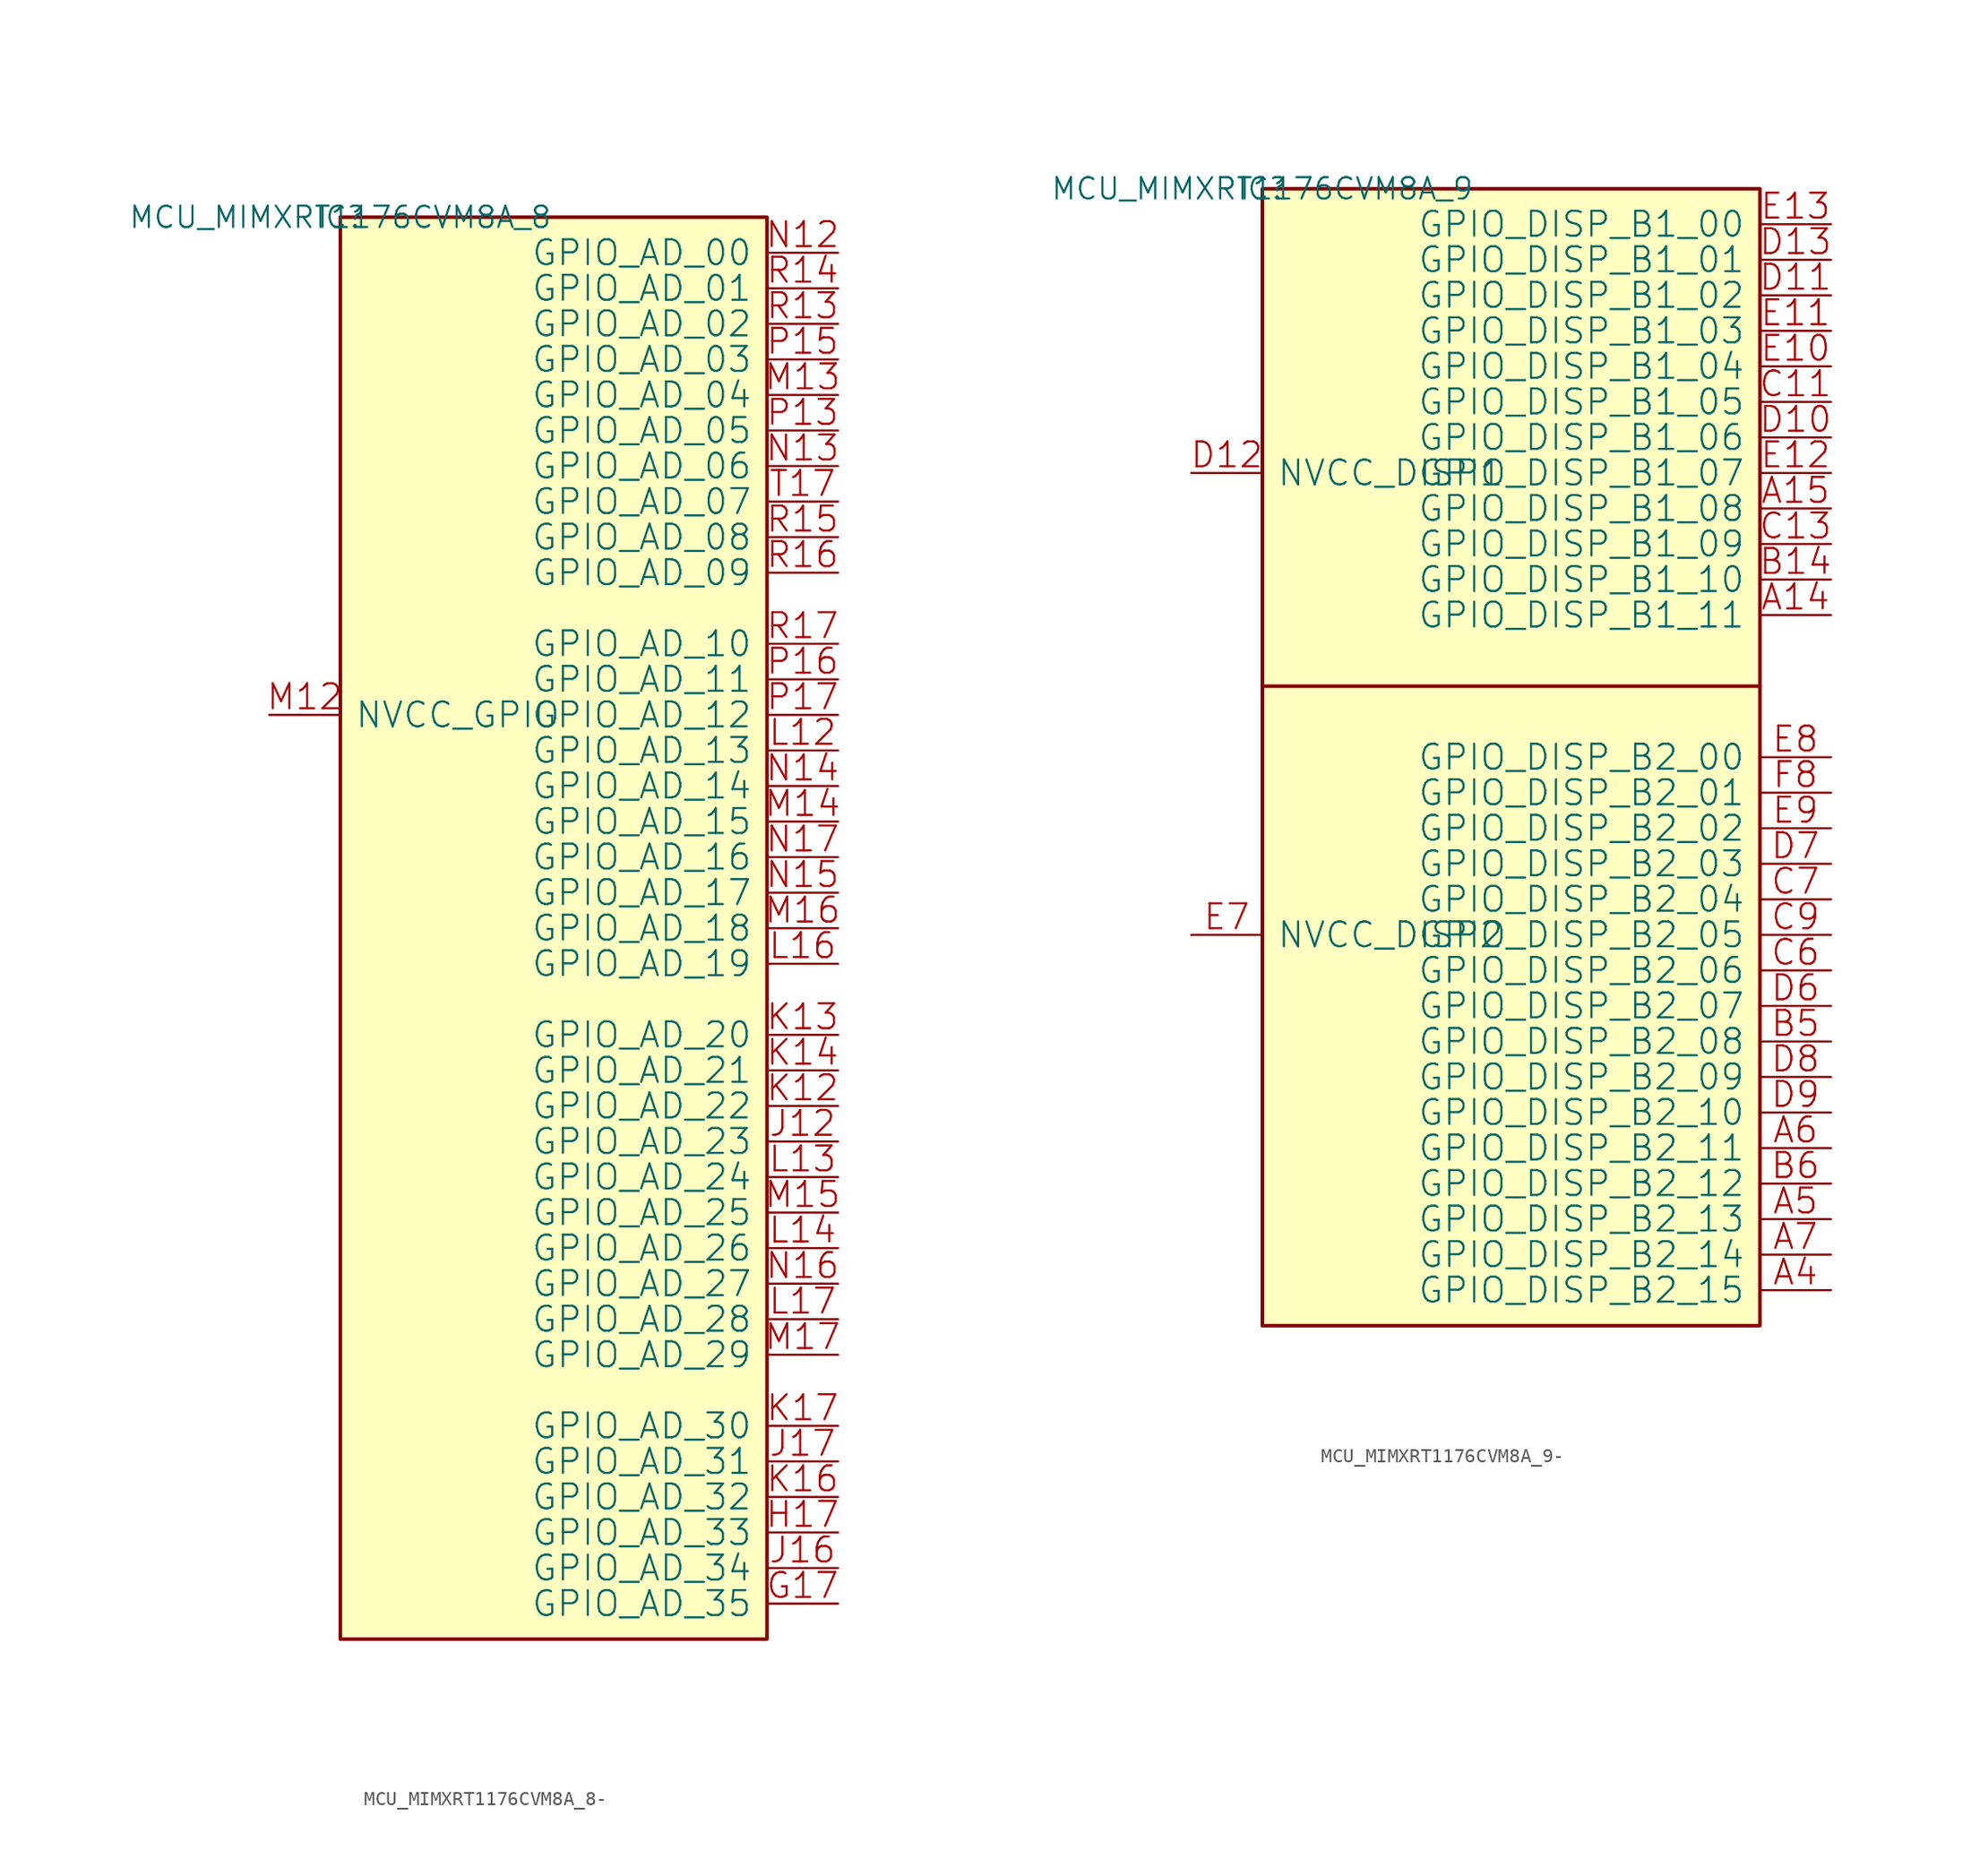
<source format=kicad_sym>
(kicad_symbol_lib
  (version 20231120)
  (generator "kicad_symbol_editor")
  (generator_version "8.0")
  (symbol "MCU_MIMXRT1176CVM8A_8-"
    (pin_names
      (offset 1.016))
    (property "Reference" "IC"
      (at 0 0 0)
      (effects (font (size 1.524 1.524))))
    (property "Value" "MCU_MIMXRT1176CVM8A_8"
      (at 0 0 0)
      (effects (font (size 1.524 1.524))))
    (property "Footprint" ""
      (at 0 0 0)
      (effects (font (size 1.524 1.524))))
    (property "Datasheet" ""
      (at 0 0 0)
      (effects (font (size 1.524 1.524))))
    (symbol "MCU_MIMXRT1176CVM8A_8-_0_1"
      (rectangle (start 0 -101.6) (end 30.48 0) (stroke (width 0.254) (type solid)) (fill (type background)))
      (pin bidirectional line (at 35.56 -99.06 180) (length 5.08) (name "GPIO_AD_35" (effects (font (size 1.778 1.778)))) (number "G17" (effects (font (size 1.778 1.778)))))
      (pin bidirectional line (at 35.56 -93.98 180) (length 5.08) (name "GPIO_AD_33" (effects (font (size 1.778 1.778)))) (number "H17" (effects (font (size 1.778 1.778)))))
      (pin bidirectional line (at 35.56 -66.04 180) (length 5.08) (name "GPIO_AD_23" (effects (font (size 1.778 1.778)))) (number "J12" (effects (font (size 1.778 1.778)))))
      (pin bidirectional line (at 35.56 -96.52 180) (length 5.08) (name "GPIO_AD_34" (effects (font (size 1.778 1.778)))) (number "J16" (effects (font (size 1.778 1.778)))))
      (pin bidirectional line (at 35.56 -88.9 180) (length 5.08) (name "GPIO_AD_31" (effects (font (size 1.778 1.778)))) (number "J17" (effects (font (size 1.778 1.778)))))
      (pin bidirectional line (at 35.56 -63.5 180) (length 5.08) (name "GPIO_AD_22" (effects (font (size 1.778 1.778)))) (number "K12" (effects (font (size 1.778 1.778)))))
      (pin bidirectional line (at 35.56 -58.42 180) (length 5.08) (name "GPIO_AD_20" (effects (font (size 1.778 1.778)))) (number "K13" (effects (font (size 1.778 1.778)))))
      (pin bidirectional line (at 35.56 -60.96 180) (length 5.08) (name "GPIO_AD_21" (effects (font (size 1.778 1.778)))) (number "K14" (effects (font (size 1.778 1.778)))))
      (pin bidirectional line (at 35.56 -91.44 180) (length 5.08) (name "GPIO_AD_32" (effects (font (size 1.778 1.778)))) (number "K16" (effects (font (size 1.778 1.778)))))
      (pin bidirectional line (at 35.56 -86.36 180) (length 5.08) (name "GPIO_AD_30" (effects (font (size 1.778 1.778)))) (number "K17" (effects (font (size 1.778 1.778)))))
      (pin bidirectional line (at 35.56 -38.1 180) (length 5.08) (name "GPIO_AD_13" (effects (font (size 1.778 1.778)))) (number "L12" (effects (font (size 1.778 1.778)))))
      (pin bidirectional line (at 35.56 -68.58 180) (length 5.08) (name "GPIO_AD_24" (effects (font (size 1.778 1.778)))) (number "L13" (effects (font (size 1.778 1.778)))))
      (pin bidirectional line (at 35.56 -73.66 180) (length 5.08) (name "GPIO_AD_26" (effects (font (size 1.778 1.778)))) (number "L14" (effects (font (size 1.778 1.778)))))
      (pin bidirectional line (at 35.56 -53.34 180) (length 5.08) (name "GPIO_AD_19" (effects (font (size 1.778 1.778)))) (number "L16" (effects (font (size 1.778 1.778)))))
      (pin bidirectional line (at 35.56 -78.74 180) (length 5.08) (name "GPIO_AD_28" (effects (font (size 1.778 1.778)))) (number "L17" (effects (font (size 1.778 1.778)))))
      (pin power_in line (at -5.08 -35.56 0) (length 5.08) (name "NVCC_GPIO" (effects (font (size 1.778 1.778)))) (number "M12" (effects (font (size 1.778 1.778)))))
      (pin bidirectional line (at 35.56 -12.7 180) (length 5.08) (name "GPIO_AD_04" (effects (font (size 1.778 1.778)))) (number "M13" (effects (font (size 1.778 1.778)))))
      (pin bidirectional line (at 35.56 -43.18 180) (length 5.08) (name "GPIO_AD_15" (effects (font (size 1.778 1.778)))) (number "M14" (effects (font (size 1.778 1.778)))))
      (pin bidirectional line (at 35.56 -71.12 180) (length 5.08) (name "GPIO_AD_25" (effects (font (size 1.778 1.778)))) (number "M15" (effects (font (size 1.778 1.778)))))
      (pin bidirectional line (at 35.56 -50.8 180) (length 5.08) (name "GPIO_AD_18" (effects (font (size 1.778 1.778)))) (number "M16" (effects (font (size 1.778 1.778)))))
      (pin bidirectional line (at 35.56 -81.28 180) (length 5.08) (name "GPIO_AD_29" (effects (font (size 1.778 1.778)))) (number "M17" (effects (font (size 1.778 1.778)))))
      (pin bidirectional line (at 35.56 -2.54 180) (length 5.08) (name "GPIO_AD_00" (effects (font (size 1.778 1.778)))) (number "N12" (effects (font (size 1.778 1.778)))))
      (pin bidirectional line (at 35.56 -17.78 180) (length 5.08) (name "GPIO_AD_06" (effects (font (size 1.778 1.778)))) (number "N13" (effects (font (size 1.778 1.778)))))
      (pin bidirectional line (at 35.56 -40.64 180) (length 5.08) (name "GPIO_AD_14" (effects (font (size 1.778 1.778)))) (number "N14" (effects (font (size 1.778 1.778)))))
      (pin bidirectional line (at 35.56 -48.26 180) (length 5.08) (name "GPIO_AD_17" (effects (font (size 1.778 1.778)))) (number "N15" (effects (font (size 1.778 1.778)))))
      (pin bidirectional line (at 35.56 -76.2 180) (length 5.08) (name "GPIO_AD_27" (effects (font (size 1.778 1.778)))) (number "N16" (effects (font (size 1.778 1.778)))))
      (pin bidirectional line (at 35.56 -45.72 180) (length 5.08) (name "GPIO_AD_16" (effects (font (size 1.778 1.778)))) (number "N17" (effects (font (size 1.778 1.778)))))
      (pin bidirectional line (at 35.56 -15.24 180) (length 5.08) (name "GPIO_AD_05" (effects (font (size 1.778 1.778)))) (number "P13" (effects (font (size 1.778 1.778)))))
      (pin bidirectional line (at 35.56 -10.16 180) (length 5.08) (name "GPIO_AD_03" (effects (font (size 1.778 1.778)))) (number "P15" (effects (font (size 1.778 1.778)))))
      (pin bidirectional line (at 35.56 -33.02 180) (length 5.08) (name "GPIO_AD_11" (effects (font (size 1.778 1.778)))) (number "P16" (effects (font (size 1.778 1.778)))))
      (pin bidirectional line (at 35.56 -35.56 180) (length 5.08) (name "GPIO_AD_12" (effects (font (size 1.778 1.778)))) (number "P17" (effects (font (size 1.778 1.778)))))
      (pin bidirectional line (at 35.56 -7.62 180) (length 5.08) (name "GPIO_AD_02" (effects (font (size 1.778 1.778)))) (number "R13" (effects (font (size 1.778 1.778)))))
      (pin bidirectional line (at 35.56 -5.08 180) (length 5.08) (name "GPIO_AD_01" (effects (font (size 1.778 1.778)))) (number "R14" (effects (font (size 1.778 1.778)))))
      (pin bidirectional line (at 35.56 -22.86 180) (length 5.08) (name "GPIO_AD_08" (effects (font (size 1.778 1.778)))) (number "R15" (effects (font (size 1.778 1.778)))))
      (pin bidirectional line (at 35.56 -25.4 180) (length 5.08) (name "GPIO_AD_09" (effects (font (size 1.778 1.778)))) (number "R16" (effects (font (size 1.778 1.778)))))
      (pin bidirectional line (at 35.56 -30.48 180) (length 5.08) (name "GPIO_AD_10" (effects (font (size 1.778 1.778)))) (number "R17" (effects (font (size 1.778 1.778)))))
      (pin bidirectional line (at 35.56 -20.32 180) (length 5.08) (name "GPIO_AD_07" (effects (font (size 1.778 1.778)))) (number "T17" (effects (font (size 1.778 1.778)))))))
  (symbol "MCU_MIMXRT1176CVM8A_9-"
    (pin_names
      (offset 1.016))
    (property "Reference" "IC"
      (at 0 0 0)
      (effects (font (size 1.524 1.524))))
    (property "Value" "MCU_MIMXRT1176CVM8A_9"
      (at 0 0 0)
      (effects (font (size 1.524 1.524))))
    (property "Footprint" ""
      (at 0 0 0)
      (effects (font (size 1.524 1.524))))
    (property "Datasheet" ""
      (at 0 0 0)
      (effects (font (size 1.524 1.524))))
    (symbol "MCU_MIMXRT1176CVM8A_9-_0_1"
      (rectangle (start 0 -81.28) (end 35.56 0) (stroke (width 0.254) (type solid)) (fill (type background)))
      (polyline (pts (xy 35.56 -35.56) (xy 0 -35.56)) (stroke (width 0.254) (type solid)) (fill (type none)))
      (pin bidirectional line (at 40.64 -30.48 180) (length 5.08) (name "GPIO_DISP_B1_11" (effects (font (size 1.778 1.778)))) (number "A14" (effects (font (size 1.778 1.778)))))
      (pin bidirectional line (at 40.64 -22.86 180) (length 5.08) (name "GPIO_DISP_B1_08" (effects (font (size 1.778 1.778)))) (number "A15" (effects (font (size 1.778 1.778)))))
      (pin bidirectional line (at 40.64 -78.74 180) (length 5.08) (name "GPIO_DISP_B2_15" (effects (font (size 1.778 1.778)))) (number "A4" (effects (font (size 1.778 1.778)))))
      (pin bidirectional line (at 40.64 -73.66 180) (length 5.08) (name "GPIO_DISP_B2_13" (effects (font (size 1.778 1.778)))) (number "A5" (effects (font (size 1.778 1.778)))))
      (pin bidirectional line (at 40.64 -68.58 180) (length 5.08) (name "GPIO_DISP_B2_11" (effects (font (size 1.778 1.778)))) (number "A6" (effects (font (size 1.778 1.778)))))
      (pin bidirectional line (at 40.64 -76.2 180) (length 5.08) (name "GPIO_DISP_B2_14" (effects (font (size 1.778 1.778)))) (number "A7" (effects (font (size 1.778 1.778)))))
      (pin bidirectional line (at 40.64 -27.94 180) (length 5.08) (name "GPIO_DISP_B1_10" (effects (font (size 1.778 1.778)))) (number "B14" (effects (font (size 1.778 1.778)))))
      (pin bidirectional line (at 40.64 -60.96 180) (length 5.08) (name "GPIO_DISP_B2_08" (effects (font (size 1.778 1.778)))) (number "B5" (effects (font (size 1.778 1.778)))))
      (pin bidirectional line (at 40.64 -71.12 180) (length 5.08) (name "GPIO_DISP_B2_12" (effects (font (size 1.778 1.778)))) (number "B6" (effects (font (size 1.778 1.778)))))
      (pin bidirectional line (at 40.64 -15.24 180) (length 5.08) (name "GPIO_DISP_B1_05" (effects (font (size 1.778 1.778)))) (number "C11" (effects (font (size 1.778 1.778)))))
      (pin bidirectional line (at 40.64 -25.4 180) (length 5.08) (name "GPIO_DISP_B1_09" (effects (font (size 1.778 1.778)))) (number "C13" (effects (font (size 1.778 1.778)))))
      (pin bidirectional line (at 40.64 -55.88 180) (length 5.08) (name "GPIO_DISP_B2_06" (effects (font (size 1.778 1.778)))) (number "C6" (effects (font (size 1.778 1.778)))))
      (pin bidirectional line (at 40.64 -50.8 180) (length 5.08) (name "GPIO_DISP_B2_04" (effects (font (size 1.778 1.778)))) (number "C7" (effects (font (size 1.778 1.778)))))
      (pin bidirectional line (at 40.64 -53.34 180) (length 5.08) (name "GPIO_DISP_B2_05" (effects (font (size 1.778 1.778)))) (number "C9" (effects (font (size 1.778 1.778)))))
      (pin bidirectional line (at 40.64 -17.78 180) (length 5.08) (name "GPIO_DISP_B1_06" (effects (font (size 1.778 1.778)))) (number "D10" (effects (font (size 1.778 1.778)))))
      (pin bidirectional line (at 40.64 -7.62 180) (length 5.08) (name "GPIO_DISP_B1_02" (effects (font (size 1.778 1.778)))) (number "D11" (effects (font (size 1.778 1.778)))))
      (pin passive line (at -5.08 -20.32 0) (length 5.08) (name "NVCC_DISP1" (effects (font (size 1.778 1.778)))) (number "D12" (effects (font (size 1.778 1.778)))))
      (pin bidirectional line (at 40.64 -5.08 180) (length 5.08) (name "GPIO_DISP_B1_01" (effects (font (size 1.778 1.778)))) (number "D13" (effects (font (size 1.778 1.778)))))
      (pin bidirectional line (at 40.64 -58.42 180) (length 5.08) (name "GPIO_DISP_B2_07" (effects (font (size 1.778 1.778)))) (number "D6" (effects (font (size 1.778 1.778)))))
      (pin bidirectional line (at 40.64 -48.26 180) (length 5.08) (name "GPIO_DISP_B2_03" (effects (font (size 1.778 1.778)))) (number "D7" (effects (font (size 1.778 1.778)))))
      (pin bidirectional line (at 40.64 -63.5 180) (length 5.08) (name "GPIO_DISP_B2_09" (effects (font (size 1.778 1.778)))) (number "D8" (effects (font (size 1.778 1.778)))))
      (pin bidirectional line (at 40.64 -66.04 180) (length 5.08) (name "GPIO_DISP_B2_10" (effects (font (size 1.778 1.778)))) (number "D9" (effects (font (size 1.778 1.778)))))
      (pin bidirectional line (at 40.64 -12.7 180) (length 5.08) (name "GPIO_DISP_B1_04" (effects (font (size 1.778 1.778)))) (number "E10" (effects (font (size 1.778 1.778)))))
      (pin bidirectional line (at 40.64 -10.16 180) (length 5.08) (name "GPIO_DISP_B1_03" (effects (font (size 1.778 1.778)))) (number "E11" (effects (font (size 1.778 1.778)))))
      (pin bidirectional line (at 40.64 -20.32 180) (length 5.08) (name "GPIO_DISP_B1_07" (effects (font (size 1.778 1.778)))) (number "E12" (effects (font (size 1.778 1.778)))))
      (pin bidirectional line (at 40.64 -2.54 180) (length 5.08) (name "GPIO_DISP_B1_00" (effects (font (size 1.778 1.778)))) (number "E13" (effects (font (size 1.778 1.778)))))
      (pin passive line (at -5.08 -53.34 0) (length 5.08) (name "NVCC_DISP2" (effects (font (size 1.778 1.778)))) (number "E7" (effects (font (size 1.778 1.778)))))
      (pin bidirectional line (at 40.64 -40.64 180) (length 5.08) (name "GPIO_DISP_B2_00" (effects (font (size 1.778 1.778)))) (number "E8" (effects (font (size 1.778 1.778)))))
      (pin bidirectional line (at 40.64 -45.72 180) (length 5.08) (name "GPIO_DISP_B2_02" (effects (font (size 1.778 1.778)))) (number "E9" (effects (font (size 1.778 1.778)))))
      (pin bidirectional line (at 40.64 -43.18 180) (length 5.08) (name "GPIO_DISP_B2_01" (effects (font (size 1.778 1.778)))) (number "F8" (effects (font (size 1.778 1.778))))))))
</source>
